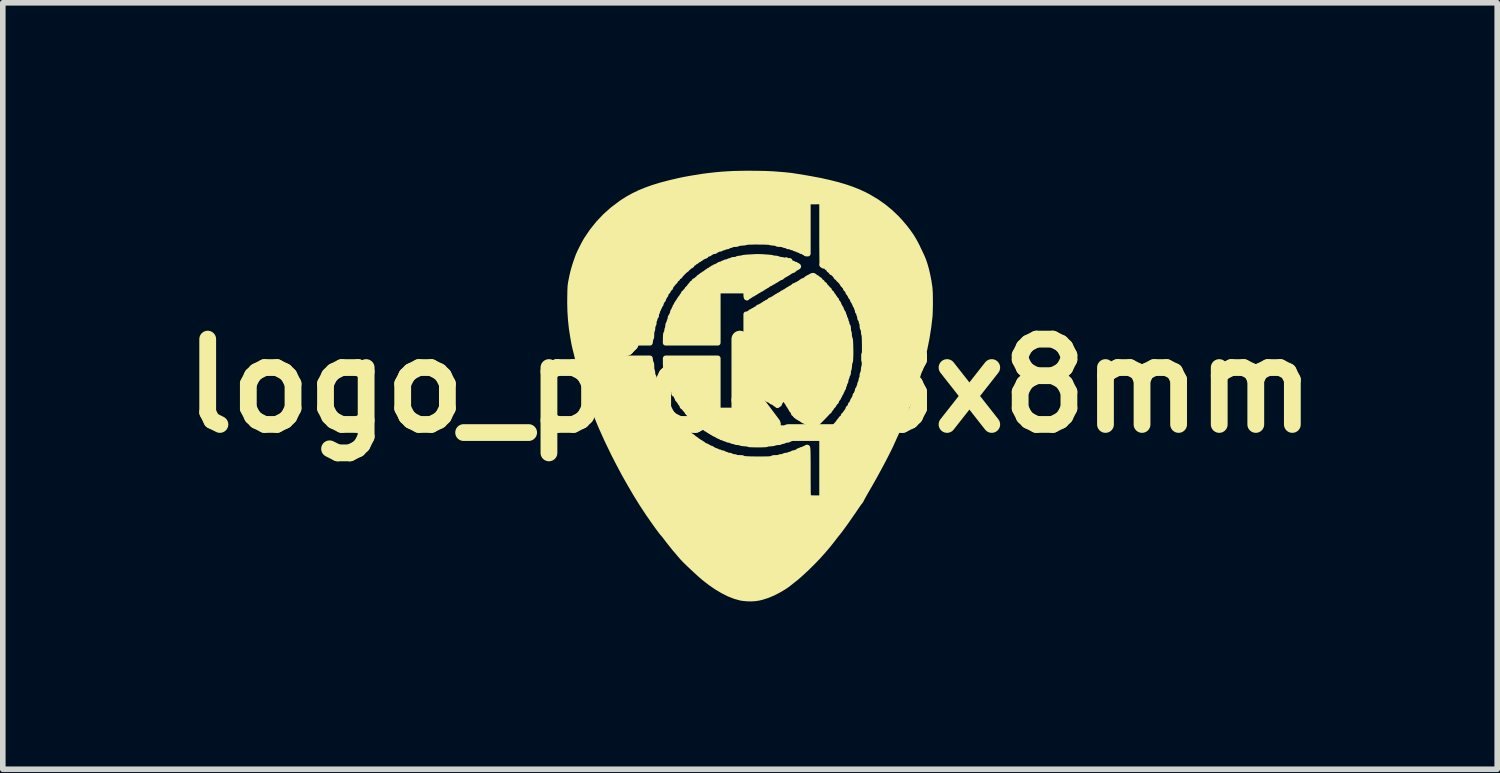
<source format=kicad_pcb>
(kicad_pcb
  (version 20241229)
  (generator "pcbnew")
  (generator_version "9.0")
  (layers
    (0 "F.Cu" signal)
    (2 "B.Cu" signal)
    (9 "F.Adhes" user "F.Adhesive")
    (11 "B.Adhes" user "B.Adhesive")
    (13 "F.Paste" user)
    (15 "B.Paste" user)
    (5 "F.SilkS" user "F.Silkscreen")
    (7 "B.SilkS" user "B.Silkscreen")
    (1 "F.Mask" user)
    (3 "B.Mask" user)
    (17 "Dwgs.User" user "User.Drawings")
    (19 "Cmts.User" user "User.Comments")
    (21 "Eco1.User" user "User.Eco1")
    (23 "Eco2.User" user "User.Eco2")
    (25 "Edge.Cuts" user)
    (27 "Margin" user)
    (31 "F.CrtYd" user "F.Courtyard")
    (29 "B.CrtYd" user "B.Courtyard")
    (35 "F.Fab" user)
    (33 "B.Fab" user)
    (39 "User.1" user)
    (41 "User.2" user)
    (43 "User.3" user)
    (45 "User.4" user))
  (footprint "logo_pick_8x8mm"
    (layer "F.Cu")
    (at 10.349 3.843)
    (property "Reference" "logo_pick_8x8mm" (at 0 0 0) (layer "F.SilkS") (effects (font (size 1.524 1.524) (thickness 0.3))))
    (attr through_hole)
    (fp_poly (pts (xy -1.473 0.411) (xy -1.477 0.415) (xy -1.482 0.411) (xy -1.477 0.406) (xy -1.473 0.411)) (stroke (width 0.1) (type solid)) (fill yes) (layer "F.SilkS"))
    (fp_poly (pts (xy -1.397 0.504) (xy -1.401 0.508) (xy -1.405 0.504) (xy -1.401 0.5) (xy -1.397 0.504)) (stroke (width 0.1) (type solid)) (fill yes) (layer "F.SilkS"))
    (fp_poly (pts (xy -1.355 0.563) (xy -1.359 0.567) (xy -1.363 0.563) (xy -1.359 0.559) (xy -1.355 0.563)) (stroke (width 0.1) (type solid)) (fill yes) (layer "F.SilkS"))
    (fp_poly (pts (xy 1.295 -2.163) (xy 1.291 -2.159) (xy 1.287 -2.163) (xy 1.291 -2.167) (xy 1.295 -2.163)) (stroke (width 0.1) (type solid)) (fill yes) (layer "F.SilkS"))
    (fp_poly (pts (xy -1.61 0.131) (xy -1.611 0.133) (xy -1.617 0.131) (xy -1.617 0.127) (xy -1.614 0.12) (xy -1.611 0.121) (xy -1.61 0.131)) (stroke (width 0.1) (type solid)) (fill yes) (layer "F.SilkS"))
    (fp_poly (pts (xy -1.552 0.248) (xy -1.553 0.253) (xy -1.558 0.254) (xy -1.565 0.251) (xy -1.564 0.248) (xy -1.553 0.247) (xy -1.552 0.248)) (stroke (width 0.1) (type solid)) (fill yes) (layer "F.SilkS"))
    (fp_poly (pts (xy -1.526 0.301) (xy -1.527 0.302) (xy -1.532 0.301) (xy -1.532 0.296) (xy -1.529 0.289) (xy -1.527 0.291) (xy -1.526 0.301)) (stroke (width 0.1) (type solid)) (fill yes) (layer "F.SilkS"))
    (fp_poly (pts (xy -1.383 0.528) (xy -1.384 0.533) (xy -1.389 0.533) (xy -1.396 0.53) (xy -1.394 0.528) (xy -1.384 0.527) (xy -1.383 0.528)) (stroke (width 0.1) (type solid)) (fill yes) (layer "F.SilkS"))
    (fp_poly (pts (xy 0.708 -2.232) (xy 0.707 -2.227) (xy 0.703 -2.227) (xy 0.696 -2.23) (xy 0.697 -2.232) (xy 0.707 -2.233) (xy 0.708 -2.232)) (stroke (width 0.1) (type solid)) (fill yes) (layer "F.SilkS"))
    (fp_poly (pts (xy -1.637 0.064) (xy -1.638 0.068) (xy -1.646 0.076) (xy -1.647 0.076) (xy -1.651 0.07) (xy -1.651 0.068) (xy -1.644 0.06) (xy -1.642 0.059) (xy -1.637 0.064)) (stroke (width 0.1) (type solid)) (fill yes) (layer "F.SilkS"))
    (fp_poly (pts (xy -1.422 0.47) (xy -1.429 0.474) (xy -1.431 0.474) (xy -1.439 0.468) (xy -1.439 0.465) (xy -1.434 0.46) (xy -1.431 0.461) (xy -1.423 0.469) (xy -1.422 0.47)) (stroke (width 0.1) (type solid)) (fill yes) (layer "F.SilkS"))
    (fp_poly (pts (xy 0.864 0.872) (xy 0.857 0.88) (xy 0.851 0.881) (xy 0.84 0.885) (xy 0.838 0.889) (xy 0.831 0.897) (xy 0.817 0.902) (xy 0.801 0.909) (xy 0.796 0.915) (xy 0.788 0.92) (xy 0.77 0.923) (xy 0.767 0.923) (xy 0.744 0.927) (xy 0.734 0.936) (xy 0.722 0.946) (xy 0.711 0.948) (xy 0.698 0.952) (xy 0.694 0.957) (xy 0.687 0.962) (xy 0.668 0.965) (xy 0.661 0.965) (xy 0.637 0.968) (xy 0.619 0.974) (xy 0.617 0.976) (xy 0.601 0.984) (xy 0.578 0.989) (xy 0.576 0.989) (xy 0.555 0.993) (xy 0.544 0.999) (xy 0.543 1) (xy 0.534 1.005) (xy 0.514 1.007) (xy 0.504 1.008) (xy 0.473 1.01) (xy 0.444 1.017) (xy 0.439 1.019) (xy 0.415 1.026) (xy 0.382 1.03) (xy 0.356 1.032) (xy 0.327 1.034) (xy 0.306 1.038) (xy 0.298 1.042) (xy 0.289 1.045) (xy 0.265 1.047) (xy 0.23 1.048) (xy 0.184 1.05) (xy 0.134 1.05) (xy 0.084 1.049) (xy 0.04 1.048) (xy 0.007 1.047) (xy -0.015 1.045) (xy -0.022 1.043) (xy -0.022 1.042) (xy -0.027 1.039) (xy -0.046 1.035) (xy -0.075 1.032) (xy -0.089 1.031) (xy -0.123 1.028) (xy -0.151 1.024) (xy -0.169 1.019) (xy -0.171 1.018) (xy -0.185 1.012) (xy -0.209 1.008) (xy -0.222 1.008) (xy -0.245 1.006) (xy -0.26 1.002) (xy -0.262 0.999) (xy -0.27 0.993) (xy -0.288 0.991) (xy -0.29 0.991) (xy -0.315 0.987) (xy -0.335 0.978) (xy -0.355 0.969) (xy -0.379 0.965) (xy -0.398 0.963) (xy -0.406 0.957) (xy -0.406 0.957) (xy -0.414 0.95) (xy -0.426 0.948) (xy -0.449 0.943) (xy -0.462 0.936) (xy -0.483 0.926) (xy -0.497 0.923) (xy -0.512 0.92) (xy -0.516 0.914) (xy -0.523 0.907) (xy -0.528 0.906) (xy -0.544 0.902) (xy -0.565 0.893) (xy -0.585 0.882) (xy -0.598 0.872) (xy -0.6 0.87) (xy -0.609 0.865) (xy -0.618 0.864) (xy -0.636 0.857) (xy -0.643 0.851) (xy -0.658 0.84) (xy -0.666 0.838) (xy -0.676 0.834) (xy -0.677 0.831) (xy -0.685 0.823) (xy -0.699 0.818) (xy -0.714 0.811) (xy -0.72 0.804) (xy -0.727 0.797) (xy -0.732 0.796) (xy -0.744 0.792) (xy -0.745 0.788) (xy -0.752 0.781) (xy -0.766 0.775) (xy -0.782 0.769) (xy -0.787 0.762) (xy -0.794 0.754) (xy -0.796 0.754) (xy -0.81 0.748) (xy -0.817 0.743) (xy -0.84 0.724) (xy -0.854 0.714) (xy -0.863 0.711) (xy -0.863 0.711) (xy -0.872 0.706) (xy -0.872 0.705) (xy -0.879 0.696) (xy -0.895 0.685) (xy -0.898 0.682) (xy -0.917 0.669) (xy -0.942 0.647) (xy -0.969 0.622) (xy -0.974 0.617) (xy -0.998 0.594) (xy -1.018 0.577) (xy -1.03 0.568) (xy -1.032 0.567) (xy -1.041 0.561) (xy -1.041 0.558) (xy -1.047 0.548) (xy -1.062 0.53) (xy -1.083 0.508) (xy -1.084 0.507) (xy -1.105 0.485) (xy -1.12 0.467) (xy -1.126 0.456) (xy -1.126 0.456) (xy -1.132 0.444) (xy -1.146 0.428) (xy -1.147 0.427) (xy -1.162 0.412) (xy -1.168 0.403) (xy -1.168 0.402) (xy -1.175 0.391) (xy -1.188 0.379) (xy -1.201 0.373) (xy -1.202 0.373) (xy -1.209 0.365) (xy -1.211 0.354) (xy -1.217 0.336) (xy -1.231 0.318) (xy -1.232 0.317) (xy -1.246 0.3) (xy -1.253 0.285) (xy -1.253 0.284) (xy -1.258 0.273) (xy -1.262 0.271) (xy -1.269 0.264) (xy -1.27 0.258) (xy -1.277 0.247) (xy -1.283 0.246) (xy -1.293 0.238) (xy -1.295 0.224) (xy -1.298 0.208) (xy -1.304 0.203) (xy -1.311 0.196) (xy -1.312 0.186) (xy -1.318 0.17) (xy -1.325 0.164) (xy -1.335 0.153) (xy -1.338 0.139) (xy -1.341 0.123) (xy -1.346 0.119) (xy -1.351 0.125) (xy -1.349 0.131) (xy -1.349 0.142) (xy -1.353 0.144) (xy -1.358 0.136) (xy -1.359 0.117) (xy -1.358 0.114) (xy -1.358 0.091) (xy -1.366 0.08) (xy -1.367 0.079) (xy -1.377 0.068) (xy -1.38 0.054) (xy -1.383 0.039) (xy -1.389 0.034) (xy -1.395 0.027) (xy -1.397 0.013) (xy -1.402 -0.008) (xy -1.41 -0.02) (xy -1.418 -0.037) (xy -1.422 -0.061) (xy -1.422 -0.063) (xy -1.424 -0.083) (xy -1.43 -0.093) (xy -1.431 -0.093) (xy -1.437 -0.1) (xy -1.439 -0.114) (xy -1.444 -0.135) (xy -1.452 -0.147) (xy -1.461 -0.165) (xy -1.465 -0.193) (xy -1.465 -0.198) (xy -1.466 -0.221) (xy -1.47 -0.235) (xy -1.472 -0.237) (xy -1.477 -0.245) (xy -1.482 -0.264) (xy -1.484 -0.281) (xy -1.488 -0.307) (xy -1.494 -0.324) (xy -1.498 -0.328) (xy -1.503 -0.339) (xy -1.506 -0.365) (xy -1.507 -0.406) (xy -1.507 -0.411) (xy -1.507 -0.491) (xy -1.041 -0.491) (xy -0.576 -0.491) (xy -0.576 -0.025) (xy -0.576 0.44) (xy -0.322 0.44) (xy -0.068 0.44) (xy -0.068 0.385) (xy -0.067 0.356) (xy -0.065 0.339) (xy -0.06 0.332) (xy -0.05 0.33) (xy -0.047 0.33) (xy -0.03 0.335) (xy -0.025 0.343) (xy -0.018 0.353) (xy -0.004 0.356) (xy 0.012 0.358) (xy 0.017 0.363) (xy 0.024 0.371) (xy 0.041 0.382) (xy 0.047 0.386) (xy 0.065 0.397) (xy 0.076 0.407) (xy 0.076 0.408) (xy 0.083 0.414) (xy 0.088 0.415) (xy 0.105 0.42) (xy 0.112 0.425) (xy 0.13 0.439) (xy 0.151 0.451) (xy 0.169 0.459) (xy 0.18 0.46) (xy 0.181 0.46) (xy 0.185 0.462) (xy 0.186 0.468) (xy 0.193 0.48) (xy 0.207 0.483) (xy 0.223 0.485) (xy 0.229 0.491) (xy 0.236 0.499) (xy 0.25 0.505) (xy 0.266 0.511) (xy 0.271 0.517) (xy 0.277 0.525) (xy 0.28 0.525) (xy 0.294 0.53) (xy 0.301 0.536) (xy 0.323 0.555) (xy 0.337 0.564) (xy 0.346 0.567) (xy 0.347 0.567) (xy 0.353 0.575) (xy 0.356 0.588) (xy 0.353 0.604) (xy 0.347 0.61) (xy 0.339 0.617) (xy 0.334 0.631) (xy 0.327 0.647) (xy 0.321 0.652) (xy 0.315 0.659) (xy 0.313 0.668) (xy 0.307 0.684) (xy 0.301 0.689) (xy 0.291 0.7) (xy 0.288 0.715) (xy 0.288 0.737) (xy 0.381 0.737) (xy 0.418 0.737) (xy 0.449 0.739) (xy 0.468 0.741) (xy 0.474 0.744) (xy 0.482 0.747) (xy 0.504 0.75) (xy 0.536 0.753) (xy 0.576 0.756) (xy 0.582 0.756) (xy 0.626 0.759) (xy 0.661 0.762) (xy 0.684 0.766) (xy 0.693 0.77) (xy 0.703 0.778) (xy 0.708 0.779) (xy 0.719 0.783) (xy 0.72 0.785) (xy 0.727 0.794) (xy 0.743 0.805) (xy 0.763 0.815) (xy 0.779 0.821) (xy 0.783 0.821) (xy 0.795 0.828) (xy 0.799 0.835) (xy 0.808 0.843) (xy 0.813 0.842) (xy 0.82 0.844) (xy 0.821 0.85) (xy 0.829 0.861) (xy 0.842 0.864) (xy 0.858 0.866) (xy 0.864 0.872)) (stroke (width 0.1) (type solid)) (fill yes) (layer "F.SilkS"))
    (fp_poly (pts (xy 0.862 -2.134) (xy 0.859 -2.127) (xy 0.852 -2.125) (xy 0.84 -2.121) (xy 0.838 -2.117) (xy 0.831 -2.11) (xy 0.822 -2.108) (xy 0.806 -2.102) (xy 0.801 -2.095) (xy 0.793 -2.086) (xy 0.787 -2.087) (xy 0.78 -2.085) (xy 0.779 -2.079) (xy 0.772 -2.068) (xy 0.758 -2.066) (xy 0.742 -2.063) (xy 0.737 -2.058) (xy 0.729 -2.05) (xy 0.715 -2.044) (xy 0.7 -2.037) (xy 0.694 -2.031) (xy 0.687 -2.024) (xy 0.682 -2.024) (xy 0.67 -2.019) (xy 0.669 -2.015) (xy 0.662 -2.007) (xy 0.648 -2.002) (xy 0.632 -1.995) (xy 0.627 -1.989) (xy 0.619 -1.983) (xy 0.611 -1.981) (xy 0.595 -1.975) (xy 0.59 -1.968) (xy 0.578 -1.957) (xy 0.571 -1.956) (xy 0.562 -1.952) (xy 0.563 -1.947) (xy 0.56 -1.941) (xy 0.547 -1.939) (xy 0.53 -1.936) (xy 0.525 -1.931) (xy 0.518 -1.923) (xy 0.504 -1.917) (xy 0.488 -1.91) (xy 0.483 -1.904) (xy 0.476 -1.897) (xy 0.47 -1.897) (xy 0.459 -1.892) (xy 0.457 -1.888) (xy 0.452 -1.883) (xy 0.449 -1.884) (xy 0.441 -1.883) (xy 0.44 -1.88) (xy 0.433 -1.872) (xy 0.428 -1.871) (xy 0.416 -1.867) (xy 0.415 -1.863) (xy 0.408 -1.856) (xy 0.398 -1.854) (xy 0.381 -1.849) (xy 0.376 -1.842) (xy 0.368 -1.833) (xy 0.364 -1.833) (xy 0.353 -1.831) (xy 0.344 -1.825) (xy 0.33 -1.814) (xy 0.322 -1.812) (xy 0.314 -1.806) (xy 0.313 -1.804) (xy 0.306 -1.796) (xy 0.292 -1.79) (xy 0.276 -1.784) (xy 0.271 -1.778) (xy 0.264 -1.771) (xy 0.25 -1.766) (xy 0.234 -1.759) (xy 0.229 -1.752) (xy 0.222 -1.745) (xy 0.216 -1.744) (xy 0.205 -1.74) (xy 0.203 -1.736) (xy 0.196 -1.729) (xy 0.186 -1.727) (xy 0.17 -1.722) (xy 0.164 -1.714) (xy 0.152 -1.704) (xy 0.143 -1.702) (xy 0.13 -1.698) (xy 0.127 -1.693) (xy 0.12 -1.686) (xy 0.114 -1.685) (xy 0.103 -1.68) (xy 0.102 -1.677) (xy 0.094 -1.669) (xy 0.08 -1.663) (xy 0.065 -1.656) (xy 0.059 -1.65) (xy 0.052 -1.644) (xy 0.042 -1.643) (xy 0.026 -1.637) (xy 0.02 -1.63) (xy 0.009 -1.619) (xy 0.003 -1.617) (xy -0.007 -1.612) (xy -0.008 -1.609) (xy -0.016 -1.602) (xy -0.026 -1.6) (xy -0.042 -1.595) (xy -0.048 -1.587) (xy -0.055 -1.575) (xy -0.061 -1.578) (xy -0.066 -1.596) (xy -0.068 -1.627) (xy -0.068 -1.638) (xy -0.068 -1.702) (xy -0.322 -1.702) (xy -0.576 -1.702) (xy -0.576 -1.236) (xy -0.576 -0.77) (xy -1.042 -0.77) (xy -1.508 -0.77) (xy -1.506 -0.855) (xy -1.505 -0.898) (xy -1.502 -0.926) (xy -1.497 -0.939) (xy -1.495 -0.94) (xy -1.488 -0.948) (xy -1.484 -0.969) (xy -1.483 -0.98) (xy -1.48 -1.004) (xy -1.475 -1.02) (xy -1.473 -1.023) (xy -1.468 -1.032) (xy -1.465 -1.053) (xy -1.465 -1.064) (xy -1.462 -1.093) (xy -1.454 -1.112) (xy -1.452 -1.115) (xy -1.442 -1.133) (xy -1.439 -1.148) (xy -1.436 -1.163) (xy -1.431 -1.168) (xy -1.426 -1.176) (xy -1.423 -1.195) (xy -1.422 -1.202) (xy -1.42 -1.226) (xy -1.413 -1.236) (xy -1.41 -1.236) (xy -1.399 -1.243) (xy -1.397 -1.257) (xy -1.394 -1.273) (xy -1.389 -1.278) (xy -1.383 -1.286) (xy -1.38 -1.304) (xy -1.38 -1.307) (xy -1.376 -1.33) (xy -1.367 -1.341) (xy -1.357 -1.352) (xy -1.355 -1.363) (xy -1.351 -1.377) (xy -1.346 -1.38) (xy -1.34 -1.387) (xy -1.338 -1.4) (xy -1.333 -1.418) (xy -1.325 -1.425) (xy -1.315 -1.437) (xy -1.312 -1.448) (xy -1.309 -1.461) (xy -1.304 -1.465) (xy -1.296 -1.472) (xy -1.295 -1.477) (xy -1.291 -1.489) (xy -1.287 -1.49) (xy -1.279 -1.497) (xy -1.273 -1.511) (xy -1.267 -1.527) (xy -1.261 -1.532) (xy -1.253 -1.539) (xy -1.253 -1.542) (xy -1.248 -1.555) (xy -1.242 -1.562) (xy -1.223 -1.585) (xy -1.213 -1.599) (xy -1.211 -1.607) (xy -1.204 -1.617) (xy -1.198 -1.62) (xy -1.188 -1.632) (xy -1.185 -1.643) (xy -1.182 -1.655) (xy -1.177 -1.655) (xy -1.169 -1.656) (xy -1.168 -1.659) (xy -1.163 -1.671) (xy -1.149 -1.687) (xy -1.147 -1.688) (xy -1.133 -1.703) (xy -1.126 -1.713) (xy -1.126 -1.713) (xy -1.121 -1.725) (xy -1.109 -1.738) (xy -1.097 -1.747) (xy -1.091 -1.747) (xy -1.085 -1.751) (xy -1.084 -1.759) (xy -1.077 -1.776) (xy -1.063 -1.792) (xy -1.048 -1.806) (xy -1.041 -1.818) (xy -1.041 -1.818) (xy -1.036 -1.828) (xy -1.032 -1.829) (xy -1.018 -1.835) (xy -1.004 -1.849) (xy -0.999 -1.862) (xy -0.993 -1.871) (xy -0.99 -1.871) (xy -0.976 -1.876) (xy -0.969 -1.882) (xy -0.947 -1.901) (xy -0.933 -1.911) (xy -0.924 -1.913) (xy -0.923 -1.913) (xy -0.915 -1.92) (xy -0.914 -1.926) (xy -0.91 -1.937) (xy -0.906 -1.939) (xy -0.894 -1.944) (xy -0.878 -1.958) (xy -0.876 -1.96) (xy -0.858 -1.974) (xy -0.843 -1.981) (xy -0.842 -1.981) (xy -0.831 -1.986) (xy -0.83 -1.99) (xy -0.823 -1.998) (xy -0.821 -1.998) (xy -0.807 -2.003) (xy -0.8 -2.009) (xy -0.778 -2.028) (xy -0.764 -2.038) (xy -0.754 -2.04) (xy -0.754 -2.04) (xy -0.745 -2.047) (xy -0.745 -2.049) (xy -0.738 -2.057) (xy -0.724 -2.062) (xy -0.708 -2.069) (xy -0.703 -2.075) (xy -0.696 -2.082) (xy -0.69 -2.083) (xy -0.679 -2.087) (xy -0.677 -2.091) (xy -0.67 -2.099) (xy -0.656 -2.105) (xy -0.64 -2.111) (xy -0.635 -2.118) (xy -0.628 -2.123) (xy -0.614 -2.125) (xy -0.598 -2.128) (xy -0.593 -2.133) (xy -0.585 -2.141) (xy -0.572 -2.147) (xy -0.556 -2.154) (xy -0.55 -2.16) (xy -0.543 -2.166) (xy -0.53 -2.167) (xy -0.508 -2.173) (xy -0.497 -2.18) (xy -0.478 -2.191) (xy -0.466 -2.193) (xy -0.452 -2.196) (xy -0.449 -2.201) (xy -0.441 -2.207) (xy -0.423 -2.21) (xy -0.419 -2.21) (xy -0.4 -2.212) (xy -0.39 -2.217) (xy -0.389 -2.218) (xy -0.382 -2.225) (xy -0.363 -2.231) (xy -0.356 -2.232) (xy -0.334 -2.237) (xy -0.323 -2.243) (xy -0.322 -2.245) (xy -0.314 -2.249) (xy -0.295 -2.252) (xy -0.28 -2.252) (xy -0.254 -2.254) (xy -0.238 -2.259) (xy -0.235 -2.262) (xy -0.226 -2.268) (xy -0.204 -2.273) (xy -0.179 -2.276) (xy -0.152 -2.279) (xy -0.133 -2.282) (xy -0.127 -2.286) (xy -0.119 -2.288) (xy -0.097 -2.291) (xy -0.064 -2.294) (xy -0.024 -2.297) (xy 0.022 -2.299) (xy 0.069 -2.302) (xy 0.116 -2.304) (xy 0.135 -2.304) (xy 0.161 -2.304) (xy 0.195 -2.303) (xy 0.235 -2.301) (xy 0.277 -2.298) (xy 0.317 -2.295) (xy 0.352 -2.292) (xy 0.38 -2.289) (xy 0.395 -2.286) (xy 0.398 -2.285) (xy 0.406 -2.281) (xy 0.425 -2.278) (xy 0.438 -2.277) (xy 0.468 -2.275) (xy 0.495 -2.268) (xy 0.503 -2.265) (xy 0.528 -2.256) (xy 0.557 -2.252) (xy 0.559 -2.252) (xy 0.581 -2.25) (xy 0.593 -2.244) (xy 0.595 -2.242) (xy 0.601 -2.237) (xy 0.618 -2.24) (xy 0.625 -2.242) (xy 0.645 -2.247) (xy 0.652 -2.243) (xy 0.659 -2.227) (xy 0.677 -2.214) (xy 0.698 -2.21) (xy 0.714 -2.207) (xy 0.72 -2.202) (xy 0.727 -2.196) (xy 0.745 -2.19) (xy 0.749 -2.189) (xy 0.769 -2.184) (xy 0.779 -2.177) (xy 0.779 -2.176) (xy 0.786 -2.169) (xy 0.8 -2.167) (xy 0.816 -2.165) (xy 0.821 -2.16) (xy 0.828 -2.152) (xy 0.84 -2.149) (xy 0.855 -2.143) (xy 0.862 -2.134)) (stroke (width 0.1) (type solid)) (fill yes) (layer "F.SilkS"))
    (fp_poly (pts (xy 1.796 -0.625) (xy 1.796 -0.575) (xy 1.795 -0.528) (xy 1.793 -0.487) (xy 1.791 -0.455) (xy 1.788 -0.435) (xy 1.786 -0.43) (xy 1.781 -0.421) (xy 1.776 -0.399) (xy 1.773 -0.368) (xy 1.772 -0.357) (xy 1.769 -0.326) (xy 1.765 -0.301) (xy 1.761 -0.289) (xy 1.76 -0.288) (xy 1.756 -0.28) (xy 1.753 -0.261) (xy 1.753 -0.246) (xy 1.751 -0.221) (xy 1.747 -0.206) (xy 1.744 -0.203) (xy 1.738 -0.196) (xy 1.732 -0.177) (xy 1.73 -0.169) (xy 1.725 -0.148) (xy 1.719 -0.136) (xy 1.718 -0.135) (xy 1.713 -0.128) (xy 1.71 -0.11) (xy 1.71 -0.105) (xy 1.707 -0.081) (xy 1.699 -0.063) (xy 1.698 -0.062) (xy 1.687 -0.044) (xy 1.685 -0.029) (xy 1.682 -0.013) (xy 1.676 -0.008) (xy 1.671 -0.001) (xy 1.668 0.017) (xy 1.668 0.02) (xy 1.664 0.043) (xy 1.655 0.054) (xy 1.645 0.065) (xy 1.643 0.076) (xy 1.639 0.09) (xy 1.634 0.093) (xy 1.628 0.1) (xy 1.626 0.113) (xy 1.621 0.131) (xy 1.613 0.139) (xy 1.602 0.15) (xy 1.6 0.161) (xy 1.597 0.175) (xy 1.592 0.178) (xy 1.585 0.185) (xy 1.583 0.195) (xy 1.577 0.213) (xy 1.563 0.231) (xy 1.562 0.232) (xy 1.547 0.251) (xy 1.541 0.269) (xy 1.541 0.27) (xy 1.536 0.284) (xy 1.528 0.288) (xy 1.517 0.295) (xy 1.516 0.301) (xy 1.511 0.312) (xy 1.507 0.313) (xy 1.5 0.32) (xy 1.499 0.326) (xy 1.493 0.341) (xy 1.479 0.358) (xy 1.477 0.359) (xy 1.463 0.374) (xy 1.456 0.384) (xy 1.456 0.385) (xy 1.451 0.395) (xy 1.446 0.402) (xy 1.426 0.425) (xy 1.417 0.439) (xy 1.414 0.448) (xy 1.414 0.448) (xy 1.407 0.456) (xy 1.401 0.457) (xy 1.39 0.462) (xy 1.389 0.466) (xy 1.383 0.474) (xy 1.368 0.491) (xy 1.345 0.516) (xy 1.318 0.544) (xy 1.288 0.575) (xy 1.258 0.605) (xy 1.231 0.632) (xy 1.209 0.653) (xy 1.194 0.666) (xy 1.189 0.669) (xy 1.178 0.675) (xy 1.166 0.689) (xy 1.16 0.704) (xy 1.16 0.704) (xy 1.158 0.71) (xy 1.151 0.703) (xy 1.145 0.696) (xy 1.143 0.701) (xy 1.136 0.709) (xy 1.122 0.711) (xy 1.106 0.709) (xy 1.101 0.704) (xy 1.093 0.696) (xy 1.079 0.691) (xy 1.064 0.684) (xy 1.058 0.677) (xy 1.051 0.67) (xy 1.046 0.669) (xy 1.034 0.665) (xy 1.033 0.661) (xy 1.026 0.654) (xy 1.012 0.648) (xy 0.996 0.642) (xy 0.991 0.635) (xy 0.983 0.628) (xy 0.973 0.627) (xy 0.956 0.621) (xy 0.936 0.607) (xy 0.933 0.605) (xy 0.915 0.591) (xy 0.901 0.584) (xy 0.9 0.584) (xy 0.89 0.579) (xy 0.889 0.577) (xy 0.882 0.569) (xy 0.868 0.564) (xy 0.852 0.557) (xy 0.847 0.55) (xy 0.84 0.542) (xy 0.838 0.542) (xy 0.823 0.535) (xy 0.81 0.521) (xy 0.804 0.509) (xy 0.797 0.501) (xy 0.792 0.5) (xy 0.781 0.492) (xy 0.779 0.481) (xy 0.773 0.463) (xy 0.759 0.445) (xy 0.758 0.444) (xy 0.743 0.427) (xy 0.737 0.412) (xy 0.737 0.411) (xy 0.733 0.4) (xy 0.729 0.398) (xy 0.722 0.391) (xy 0.716 0.377) (xy 0.709 0.361) (xy 0.703 0.356) (xy 0.695 0.349) (xy 0.694 0.343) (xy 0.69 0.332) (xy 0.687 0.33) (xy 0.679 0.323) (xy 0.674 0.309) (xy 0.667 0.293) (xy 0.66 0.288) (xy 0.653 0.281) (xy 0.652 0.275) (xy 0.647 0.264) (xy 0.643 0.262) (xy 0.637 0.255) (xy 0.635 0.246) (xy 0.63 0.232) (xy 0.622 0.229) (xy 0.611 0.222) (xy 0.61 0.216) (xy 0.605 0.205) (xy 0.601 0.203) (xy 0.585 0.21) (xy 0.572 0.226) (xy 0.567 0.241) (xy 0.561 0.256) (xy 0.547 0.273) (xy 0.546 0.274) (xy 0.531 0.293) (xy 0.525 0.311) (xy 0.525 0.312) (xy 0.52 0.326) (xy 0.513 0.33) (xy 0.499 0.337) (xy 0.496 0.341) (xy 0.49 0.347) (xy 0.486 0.341) (xy 0.476 0.331) (xy 0.473 0.33) (xy 0.46 0.325) (xy 0.453 0.32) (xy 0.431 0.301) (xy 0.416 0.291) (xy 0.405 0.288) (xy 0.402 0.288) (xy 0.387 0.282) (xy 0.37 0.268) (xy 0.369 0.267) (xy 0.35 0.252) (xy 0.332 0.246) (xy 0.331 0.246) (xy 0.317 0.242) (xy 0.313 0.237) (xy 0.306 0.229) (xy 0.292 0.224) (xy 0.276 0.217) (xy 0.271 0.211) (xy 0.264 0.203) (xy 0.262 0.203) (xy 0.248 0.198) (xy 0.241 0.193) (xy 0.219 0.174) (xy 0.205 0.164) (xy 0.193 0.161) (xy 0.19 0.161) (xy 0.176 0.155) (xy 0.159 0.141) (xy 0.157 0.14) (xy 0.139 0.125) (xy 0.12 0.119) (xy 0.12 0.119) (xy 0.105 0.115) (xy 0.102 0.11) (xy 0.094 0.102) (xy 0.08 0.097) (xy 0.065 0.09) (xy 0.059 0.084) (xy 0.053 0.076) (xy 0.05 0.076) (xy 0.041 0.074) (xy 0.028 0.064) (xy 0.006 0.045) (xy 0.005 0.044) (xy -0.012 0.035) (xy -0.021 0.034) (xy -0.036 0.028) (xy -0.051 0.017) (xy -0.054 0.013) (xy -0.057 0.009) (xy -0.059 0.002) (xy -0.061 -0.008) (xy -0.063 -0.022) (xy -0.064 -0.042) (xy -0.065 -0.069) (xy -0.066 -0.104) (xy -0.067 -0.148) (xy -0.067 -0.202) (xy -0.067 -0.268) (xy -0.068 -0.346) (xy -0.068 -0.438) (xy -0.068 -0.545) (xy -0.068 -0.639) (xy -0.068 -1.278) (xy -0.047 -1.278) (xy -0.031 -1.281) (xy -0.025 -1.287) (xy -0.018 -1.295) (xy -0.004 -1.3) (xy 0.01 -1.307) (xy 0.012 -1.313) (xy 0.015 -1.319) (xy 0.025 -1.321) (xy 0.039 -1.324) (xy 0.042 -1.329) (xy 0.05 -1.337) (xy 0.064 -1.343) (xy 0.079 -1.349) (xy 0.085 -1.354) (xy 0.092 -1.361) (xy 0.109 -1.37) (xy 0.114 -1.372) (xy 0.134 -1.382) (xy 0.144 -1.392) (xy 0.144 -1.394) (xy 0.151 -1.403) (xy 0.165 -1.405) (xy 0.181 -1.408) (xy 0.186 -1.414) (xy 0.193 -1.422) (xy 0.207 -1.427) (xy 0.223 -1.434) (xy 0.229 -1.44) (xy 0.235 -1.447) (xy 0.241 -1.448) (xy 0.253 -1.452) (xy 0.254 -1.456) (xy 0.261 -1.464) (xy 0.275 -1.47) (xy 0.291 -1.476) (xy 0.296 -1.483) (xy 0.303 -1.489) (xy 0.313 -1.49) (xy 0.327 -1.494) (xy 0.33 -1.499) (xy 0.337 -1.506) (xy 0.343 -1.507) (xy 0.354 -1.514) (xy 0.356 -1.52) (xy 0.363 -1.53) (xy 0.377 -1.532) (xy 0.393 -1.535) (xy 0.398 -1.541) (xy 0.405 -1.549) (xy 0.419 -1.554) (xy 0.435 -1.561) (xy 0.44 -1.567) (xy 0.447 -1.574) (xy 0.453 -1.575) (xy 0.464 -1.579) (xy 0.466 -1.583) (xy 0.473 -1.591) (xy 0.487 -1.597) (xy 0.503 -1.603) (xy 0.508 -1.61) (xy 0.515 -1.616) (xy 0.525 -1.617) (xy 0.539 -1.621) (xy 0.542 -1.626) (xy 0.549 -1.633) (xy 0.554 -1.634) (xy 0.567 -1.641) (xy 0.57 -1.647) (xy 0.582 -1.657) (xy 0.592 -1.659) (xy 0.606 -1.663) (xy 0.61 -1.668) (xy 0.617 -1.676) (xy 0.631 -1.681) (xy 0.647 -1.688) (xy 0.652 -1.694) (xy 0.659 -1.701) (xy 0.665 -1.702) (xy 0.676 -1.706) (xy 0.677 -1.71) (xy 0.685 -1.718) (xy 0.699 -1.724) (xy 0.714 -1.73) (xy 0.72 -1.737) (xy 0.727 -1.743) (xy 0.737 -1.744) (xy 0.75 -1.748) (xy 0.754 -1.753) (xy 0.76 -1.76) (xy 0.766 -1.761) (xy 0.777 -1.768) (xy 0.779 -1.774) (xy 0.786 -1.784) (xy 0.8 -1.786) (xy 0.816 -1.789) (xy 0.821 -1.795) (xy 0.828 -1.803) (xy 0.833 -1.803) (xy 0.849 -1.809) (xy 0.857 -1.815) (xy 0.875 -1.827) (xy 0.887 -1.832) (xy 0.902 -1.84) (xy 0.906 -1.846) (xy 0.913 -1.853) (xy 0.919 -1.854) (xy 0.93 -1.859) (xy 0.931 -1.863) (xy 0.938 -1.87) (xy 0.943 -1.871) (xy 0.958 -1.875) (xy 0.978 -1.884) (xy 0.996 -1.895) (xy 1.007 -1.905) (xy 1.007 -1.907) (xy 1.014 -1.913) (xy 1.02 -1.913) (xy 1.032 -1.918) (xy 1.033 -1.922) (xy 1.04 -1.93) (xy 1.045 -1.93) (xy 1.061 -1.936) (xy 1.068 -1.941) (xy 1.084 -1.952) (xy 1.104 -1.962) (xy 1.121 -1.968) (xy 1.134 -1.967) (xy 1.15 -1.956) (xy 1.167 -1.941) (xy 1.182 -1.932) (xy 1.188 -1.93) (xy 1.2 -1.924) (xy 1.214 -1.909) (xy 1.227 -1.896) (xy 1.237 -1.893) (xy 1.237 -1.893) (xy 1.244 -1.891) (xy 1.245 -1.888) (xy 1.251 -1.873) (xy 1.265 -1.859) (xy 1.278 -1.854) (xy 1.287 -1.848) (xy 1.287 -1.846) (xy 1.292 -1.833) (xy 1.303 -1.819) (xy 1.316 -1.809) (xy 1.322 -1.809) (xy 1.329 -1.806) (xy 1.329 -1.803) (xy 1.335 -1.791) (xy 1.35 -1.774) (xy 1.359 -1.765) (xy 1.376 -1.747) (xy 1.387 -1.732) (xy 1.389 -1.728) (xy 1.395 -1.72) (xy 1.401 -1.719) (xy 1.412 -1.712) (xy 1.414 -1.702) (xy 1.417 -1.688) (xy 1.422 -1.685) (xy 1.43 -1.678) (xy 1.431 -1.672) (xy 1.438 -1.661) (xy 1.444 -1.659) (xy 1.455 -1.655) (xy 1.456 -1.651) (xy 1.459 -1.641) (xy 1.468 -1.628) (xy 1.487 -1.606) (xy 1.488 -1.605) (xy 1.497 -1.59) (xy 1.499 -1.584) (xy 1.504 -1.575) (xy 1.506 -1.575) (xy 1.514 -1.568) (xy 1.519 -1.553) (xy 1.526 -1.539) (xy 1.533 -1.537) (xy 1.54 -1.535) (xy 1.541 -1.528) (xy 1.546 -1.51) (xy 1.552 -1.503) (xy 1.57 -1.481) (xy 1.58 -1.466) (xy 1.583 -1.453) (xy 1.583 -1.448) (xy 1.586 -1.434) (xy 1.591 -1.431) (xy 1.598 -1.424) (xy 1.604 -1.41) (xy 1.61 -1.394) (xy 1.617 -1.389) (xy 1.624 -1.381) (xy 1.626 -1.367) (xy 1.628 -1.351) (xy 1.633 -1.346) (xy 1.641 -1.339) (xy 1.646 -1.325) (xy 1.653 -1.309) (xy 1.66 -1.304) (xy 1.665 -1.297) (xy 1.668 -1.279) (xy 1.668 -1.278) (xy 1.67 -1.261) (xy 1.676 -1.253) (xy 1.676 -1.253) (xy 1.683 -1.246) (xy 1.685 -1.233) (xy 1.69 -1.211) (xy 1.698 -1.199) (xy 1.707 -1.182) (xy 1.71 -1.161) (xy 1.713 -1.142) (xy 1.718 -1.135) (xy 1.719 -1.135) (xy 1.724 -1.127) (xy 1.727 -1.108) (xy 1.727 -1.101) (xy 1.729 -1.077) (xy 1.736 -1.067) (xy 1.74 -1.067) (xy 1.747 -1.063) (xy 1.751 -1.049) (xy 1.753 -1.022) (xy 1.753 -1.017) (xy 1.754 -0.99) (xy 1.757 -0.97) (xy 1.761 -0.964) (xy 1.765 -0.955) (xy 1.769 -0.933) (xy 1.77 -0.907) (xy 1.773 -0.875) (xy 1.779 -0.851) (xy 1.784 -0.842) (xy 1.787 -0.831) (xy 1.79 -0.806) (xy 1.792 -0.77) (xy 1.794 -0.726) (xy 1.795 -0.677) (xy 1.796 -0.625)) (stroke (width 0.1) (type solid)) (fill yes) (layer "F.SilkS"))
    (fp_poly (pts (xy 3.217 -1.53) (xy 3.217 -1.46) (xy 3.216 -1.391) (xy 3.214 -1.326) (xy 3.212 -1.27) (xy 3.209 -1.232) (xy 3.187 -1.046) (xy 3.156 -0.85) (xy 3.115 -0.646) (xy 3.066 -0.439) (xy 3.009 -0.229) (xy 2.946 -0.021) (xy 2.876 0.182) (xy 2.86 0.224) (xy 2.824 0.32) (xy 2.786 0.418) (xy 2.748 0.516) (xy 2.71 0.609) (xy 2.674 0.696) (xy 2.641 0.773) (xy 2.612 0.837) (xy 2.612 0.838) (xy 2.591 0.884) (xy 2.57 0.929) (xy 2.553 0.969) (xy 2.539 0.998) (xy 2.535 1.008) (xy 2.515 1.053) (xy 2.487 1.111) (xy 2.453 1.179) (xy 2.414 1.256) (xy 2.371 1.339) (xy 2.325 1.425) (xy 2.277 1.514) (xy 2.229 1.602) (xy 2.181 1.688) (xy 2.135 1.769) (xy 2.11 1.812) (xy 2.08 1.864) (xy 2.064 1.891) (xy 2.064 -0.639) (xy 2.063 -0.641) (xy 2.058 -0.639) (xy 2.057 -0.635) (xy 2.06 -0.628) (xy 2.063 -0.629) (xy 2.064 -0.639) (xy 2.064 1.891) (xy 2.052 1.913) (xy 2.049 1.918) (xy 2.049 -0.631) (xy 2.049 -0.716) (xy 2.048 -0.787) (xy 2.047 -0.842) (xy 2.045 -0.883) (xy 2.043 -0.907) (xy 2.04 -0.914) (xy 2.036 -0.922) (xy 2.033 -0.942) (xy 2.032 -0.96) (xy 2.029 -0.995) (xy 2.021 -1.017) (xy 2.019 -1.019) (xy 2.01 -1.038) (xy 2.007 -1.072) (xy 2.007 -1.079) (xy 2.005 -1.105) (xy 2.002 -1.122) (xy 1.998 -1.126) (xy 1.993 -1.134) (xy 1.99 -1.152) (xy 1.99 -1.16) (xy 1.988 -1.183) (xy 1.981 -1.193) (xy 1.977 -1.194) (xy 1.968 -1.199) (xy 1.964 -1.218) (xy 1.964 -1.228) (xy 1.962 -1.249) (xy 1.958 -1.261) (xy 1.956 -1.262) (xy 1.95 -1.269) (xy 1.947 -1.287) (xy 1.947 -1.291) (xy 1.945 -1.313) (xy 1.936 -1.321) (xy 1.935 -1.321) (xy 1.925 -1.327) (xy 1.922 -1.348) (xy 1.922 -1.35) (xy 1.92 -1.37) (xy 1.915 -1.38) (xy 1.913 -1.38) (xy 1.907 -1.387) (xy 1.905 -1.401) (xy 1.901 -1.42) (xy 1.892 -1.428) (xy 1.882 -1.439) (xy 1.88 -1.453) (xy 1.877 -1.468) (xy 1.871 -1.473) (xy 1.864 -1.48) (xy 1.863 -1.49) (xy 1.857 -1.507) (xy 1.85 -1.512) (xy 1.839 -1.524) (xy 1.837 -1.534) (xy 1.835 -1.546) (xy 1.828 -1.56) (xy 1.813 -1.579) (xy 1.806 -1.587) (xy 1.796 -1.604) (xy 1.795 -1.612) (xy 1.791 -1.624) (xy 1.786 -1.626) (xy 1.78 -1.633) (xy 1.778 -1.643) (xy 1.773 -1.656) (xy 1.765 -1.659) (xy 1.755 -1.667) (xy 1.753 -1.681) (xy 1.75 -1.697) (xy 1.744 -1.702) (xy 1.737 -1.709) (xy 1.736 -1.714) (xy 1.729 -1.726) (xy 1.723 -1.727) (xy 1.713 -1.734) (xy 1.71 -1.745) (xy 1.704 -1.761) (xy 1.69 -1.781) (xy 1.681 -1.79) (xy 1.663 -1.808) (xy 1.653 -1.823) (xy 1.651 -1.827) (xy 1.645 -1.839) (xy 1.632 -1.855) (xy 1.63 -1.858) (xy 1.616 -1.874) (xy 1.609 -1.887) (xy 1.609 -1.888) (xy 1.602 -1.896) (xy 1.596 -1.897) (xy 1.585 -1.901) (xy 1.583 -1.906) (xy 1.577 -1.92) (xy 1.563 -1.934) (xy 1.55 -1.939) (xy 1.541 -1.945) (xy 1.541 -1.948) (xy 1.536 -1.961) (xy 1.53 -1.968) (xy 1.518 -1.982) (xy 1.501 -2.001) (xy 1.501 -2.001) (xy 1.484 -2.016) (xy 1.47 -2.023) (xy 1.469 -2.024) (xy 1.458 -2.028) (xy 1.456 -2.033) (xy 1.45 -2.047) (xy 1.436 -2.061) (xy 1.423 -2.066) (xy 1.414 -2.072) (xy 1.414 -2.075) (xy 1.408 -2.088) (xy 1.396 -2.101) (xy 1.384 -2.108) (xy 1.384 -2.108) (xy 1.375 -2.114) (xy 1.362 -2.129) (xy 1.361 -2.13) (xy 1.344 -2.145) (xy 1.326 -2.146) (xy 1.326 -2.146) (xy 1.315 -2.144) (xy 1.319 -2.148) (xy 1.32 -2.149) (xy 1.326 -2.157) (xy 1.32 -2.168) (xy 1.314 -2.174) (xy 1.3 -2.185) (xy 1.292 -2.187) (xy 1.291 -2.194) (xy 1.29 -2.217) (xy 1.289 -2.254) (xy 1.289 -2.304) (xy 1.288 -2.365) (xy 1.288 -2.436) (xy 1.287 -2.516) (xy 1.287 -2.604) (xy 1.287 -2.697) (xy 1.287 -2.738) (xy 1.287 -3.294) (xy 1.16 -3.293) (xy 1.033 -3.292) (xy 1.033 -2.827) (xy 1.033 -2.362) (xy 1.012 -2.362) (xy 0.996 -2.365) (xy 0.991 -2.371) (xy 0.983 -2.379) (xy 0.969 -2.384) (xy 0.954 -2.391) (xy 0.948 -2.397) (xy 0.941 -2.403) (xy 0.927 -2.405) (xy 0.911 -2.407) (xy 0.906 -2.413) (xy 0.899 -2.419) (xy 0.88 -2.425) (xy 0.876 -2.426) (xy 0.857 -2.432) (xy 0.847 -2.438) (xy 0.847 -2.439) (xy 0.839 -2.445) (xy 0.825 -2.447) (xy 0.803 -2.452) (xy 0.79 -2.46) (xy 0.772 -2.47) (xy 0.757 -2.472) (xy 0.742 -2.475) (xy 0.737 -2.481) (xy 0.729 -2.486) (xy 0.71 -2.489) (xy 0.703 -2.489) (xy 0.682 -2.491) (xy 0.67 -2.495) (xy 0.669 -2.497) (xy 0.661 -2.503) (xy 0.642 -2.509) (xy 0.631 -2.511) (xy 0.607 -2.516) (xy 0.591 -2.522) (xy 0.588 -2.524) (xy 0.578 -2.528) (xy 0.556 -2.531) (xy 0.534 -2.532) (xy 0.503 -2.533) (xy 0.484 -2.538) (xy 0.481 -2.542) (xy 0.471 -2.548) (xy 0.447 -2.552) (xy 0.419 -2.555) (xy 0.388 -2.558) (xy 0.364 -2.562) (xy 0.352 -2.566) (xy 0.352 -2.566) (xy 0.341 -2.569) (xy 0.317 -2.57) (xy 0.282 -2.572) (xy 0.239 -2.573) (xy 0.191 -2.573) (xy 0.139 -2.574) (xy 0.088 -2.574) (xy 0.04 -2.573) (xy -0.002 -2.572) (xy -0.036 -2.571) (xy -0.059 -2.569) (xy -0.068 -2.567) (xy -0.068 -2.567) (xy -0.076 -2.563) (xy -0.096 -2.559) (xy -0.127 -2.556) (xy -0.142 -2.555) (xy -0.176 -2.552) (xy -0.203 -2.547) (xy -0.217 -2.542) (xy -0.218 -2.541) (xy -0.228 -2.536) (xy -0.25 -2.532) (xy -0.272 -2.532) (xy -0.298 -2.53) (xy -0.316 -2.527) (xy -0.322 -2.524) (xy -0.329 -2.518) (xy -0.348 -2.513) (xy -0.356 -2.511) (xy -0.377 -2.506) (xy -0.389 -2.5) (xy -0.389 -2.498) (xy -0.397 -2.492) (xy -0.415 -2.489) (xy -0.419 -2.489) (xy -0.439 -2.487) (xy -0.448 -2.483) (xy -0.449 -2.482) (xy -0.456 -2.476) (xy -0.475 -2.47) (xy -0.483 -2.469) (xy -0.504 -2.464) (xy -0.516 -2.457) (xy -0.516 -2.455) (xy -0.524 -2.45) (xy -0.542 -2.447) (xy -0.545 -2.447) (xy -0.566 -2.445) (xy -0.577 -2.439) (xy -0.577 -2.438) (xy -0.587 -2.43) (xy -0.599 -2.428) (xy -0.614 -2.422) (xy -0.618 -2.415) (xy -0.626 -2.407) (xy -0.647 -2.405) (xy -0.648 -2.405) (xy -0.667 -2.403) (xy -0.677 -2.398) (xy -0.677 -2.397) (xy -0.685 -2.39) (xy -0.699 -2.384) (xy -0.714 -2.377) (xy -0.72 -2.371) (xy -0.726 -2.363) (xy -0.731 -2.362) (xy -0.749 -2.358) (xy -0.769 -2.349) (xy -0.784 -2.337) (xy -0.787 -2.33) (xy -0.795 -2.322) (xy -0.809 -2.32) (xy -0.824 -2.317) (xy -0.83 -2.312) (xy -0.837 -2.305) (xy -0.851 -2.299) (xy -0.867 -2.293) (xy -0.872 -2.286) (xy -0.879 -2.278) (xy -0.885 -2.278) (xy -0.896 -2.273) (xy -0.897 -2.27) (xy -0.905 -2.261) (xy -0.917 -2.256) (xy -0.938 -2.245) (xy -0.948 -2.235) (xy -0.967 -2.221) (xy -0.98 -2.215) (xy -0.995 -2.207) (xy -0.999 -2.201) (xy -1.006 -2.193) (xy -1.008 -2.193) (xy -1.023 -2.186) (xy -1.036 -2.172) (xy -1.041 -2.16) (xy -1.048 -2.151) (xy -1.05 -2.151) (xy -1.059 -2.148) (xy -1.073 -2.139) (xy -1.095 -2.12) (xy -1.096 -2.119) (xy -1.111 -2.11) (xy -1.117 -2.108) (xy -1.125 -2.101) (xy -1.126 -2.095) (xy -1.131 -2.084) (xy -1.134 -2.083) (xy -1.144 -2.077) (xy -1.162 -2.062) (xy -1.185 -2.041) (xy -1.208 -2.018) (xy -1.23 -1.995) (xy -1.246 -1.976) (xy -1.253 -1.965) (xy -1.253 -1.964) (xy -1.258 -1.958) (xy -1.26 -1.959) (xy -1.27 -1.957) (xy -1.282 -1.945) (xy -1.293 -1.931) (xy -1.295 -1.922) (xy -1.302 -1.914) (xy -1.304 -1.913) (xy -1.32 -1.907) (xy -1.333 -1.891) (xy -1.338 -1.875) (xy -1.341 -1.866) (xy -1.346 -1.867) (xy -1.354 -1.864) (xy -1.359 -1.854) (xy -1.366 -1.841) (xy -1.372 -1.837) (xy -1.38 -1.831) (xy -1.38 -1.828) (xy -1.386 -1.817) (xy -1.4 -1.801) (xy -1.401 -1.8) (xy -1.416 -1.781) (xy -1.422 -1.763) (xy -1.422 -1.762) (xy -1.427 -1.748) (xy -1.435 -1.744) (xy -1.446 -1.737) (xy -1.448 -1.731) (xy -1.452 -1.722) (xy -1.456 -1.723) (xy -1.463 -1.72) (xy -1.465 -1.707) (xy -1.468 -1.69) (xy -1.475 -1.685) (xy -1.486 -1.678) (xy -1.497 -1.661) (xy -1.505 -1.641) (xy -1.507 -1.628) (xy -1.512 -1.618) (xy -1.515 -1.617) (xy -1.523 -1.61) (xy -1.529 -1.596) (xy -1.536 -1.58) (xy -1.542 -1.575) (xy -1.548 -1.568) (xy -1.549 -1.554) (xy -1.554 -1.537) (xy -1.562 -1.532) (xy -1.572 -1.525) (xy -1.575 -1.516) (xy -1.578 -1.502) (xy -1.583 -1.499) (xy -1.589 -1.491) (xy -1.592 -1.474) (xy -1.592 -1.473) (xy -1.596 -1.453) (xy -1.604 -1.448) (xy -1.615 -1.44) (xy -1.617 -1.427) (xy -1.62 -1.411) (xy -1.626 -1.405) (xy -1.632 -1.398) (xy -1.634 -1.388) (xy -1.64 -1.367) (xy -1.647 -1.358) (xy -1.657 -1.339) (xy -1.659 -1.324) (xy -1.662 -1.309) (xy -1.668 -1.304) (xy -1.673 -1.296) (xy -1.676 -1.278) (xy -1.676 -1.27) (xy -1.678 -1.246) (xy -1.685 -1.237) (xy -1.689 -1.236) (xy -1.698 -1.23) (xy -1.702 -1.209) (xy -1.702 -1.206) (xy -1.704 -1.187) (xy -1.709 -1.177) (xy -1.71 -1.177) (xy -1.715 -1.169) (xy -1.718 -1.15) (xy -1.719 -1.135) (xy -1.721 -1.109) (xy -1.726 -1.093) (xy -1.729 -1.09) (xy -1.735 -1.081) (xy -1.74 -1.059) (xy -1.742 -1.035) (xy -1.745 -1.007) (xy -1.75 -0.988) (xy -1.754 -0.982) (xy -1.757 -0.974) (xy -1.76 -0.954) (xy -1.761 -0.925) (xy -1.761 -0.919) (xy -1.762 -0.888) (xy -1.764 -0.866) (xy -1.768 -0.855) (xy -1.769 -0.855) (xy -1.774 -0.848) (xy -1.78 -0.828) (xy -1.782 -0.813) (xy -1.788 -0.77) (xy -2.026 -0.77) (xy -2.265 -0.77) (xy -2.265 -0.631) (xy -2.265 -0.491) (xy -2.026 -0.491) (xy -1.788 -0.491) (xy -1.782 -0.449) (xy -1.778 -0.425) (xy -1.772 -0.409) (xy -1.769 -0.406) (xy -1.765 -0.399) (xy -1.762 -0.378) (xy -1.761 -0.349) (xy -1.761 -0.345) (xy -1.76 -0.313) (xy -1.757 -0.288) (xy -1.753 -0.275) (xy -1.753 -0.275) (xy -1.748 -0.262) (xy -1.744 -0.239) (xy -1.743 -0.223) (xy -1.74 -0.193) (xy -1.733 -0.177) (xy -1.73 -0.174) (xy -1.722 -0.163) (xy -1.719 -0.138) (xy -1.719 -0.131) (xy -1.717 -0.109) (xy -1.713 -0.095) (xy -1.71 -0.093) (xy -1.705 -0.086) (xy -1.702 -0.067) (xy -1.702 -0.062) (xy -1.699 -0.037) (xy -1.691 -0.019) (xy -1.689 -0.017) (xy -1.68 0.001) (xy -1.675 0.023) (xy -1.672 0.04) (xy -1.667 0.046) (xy -1.666 0.045) (xy -1.662 0.05) (xy -1.659 0.066) (xy -1.659 0.067) (xy -1.656 0.089) (xy -1.647 0.099) (xy -1.637 0.11) (xy -1.634 0.124) (xy -1.631 0.139) (xy -1.626 0.144) (xy -1.619 0.151) (xy -1.617 0.163) (xy -1.612 0.189) (xy -1.596 0.202) (xy -1.588 0.204) (xy -1.574 0.212) (xy -1.57 0.218) (xy -1.57 0.223) (xy -1.572 0.22) (xy -1.581 0.212) (xy -1.59 0.217) (xy -1.592 0.229) (xy -1.589 0.242) (xy -1.584 0.246) (xy -1.577 0.253) (xy -1.571 0.267) (xy -1.565 0.283) (xy -1.558 0.288) (xy -1.55 0.295) (xy -1.549 0.301) (xy -1.545 0.312) (xy -1.541 0.313) (xy -1.534 0.32) (xy -1.532 0.33) (xy -1.527 0.347) (xy -1.52 0.353) (xy -1.509 0.364) (xy -1.507 0.375) (xy -1.501 0.392) (xy -1.486 0.411) (xy -1.468 0.426) (xy -1.454 0.432) (xy -1.45 0.435) (xy -1.456 0.441) (xy -1.464 0.449) (xy -1.458 0.454) (xy -1.449 0.466) (xy -1.448 0.471) (xy -1.441 0.481) (xy -1.435 0.483) (xy -1.425 0.49) (xy -1.422 0.499) (xy -1.417 0.519) (xy -1.404 0.537) (xy -1.388 0.549) (xy -1.383 0.55) (xy -1.376 0.556) (xy -1.377 0.563) (xy -1.374 0.578) (xy -1.358 0.598) (xy -1.351 0.605) (xy -1.334 0.623) (xy -1.323 0.638) (xy -1.321 0.643) (xy -1.314 0.651) (xy -1.308 0.652) (xy -1.297 0.657) (xy -1.295 0.661) (xy -1.289 0.675) (xy -1.275 0.689) (xy -1.262 0.694) (xy -1.253 0.701) (xy -1.253 0.703) (xy -1.247 0.718) (xy -1.233 0.731) (xy -1.22 0.737) (xy -1.211 0.743) (xy -1.211 0.746) (xy -1.204 0.76) (xy -1.19 0.774) (xy -1.177 0.779) (xy -1.169 0.785) (xy -1.168 0.788) (xy -1.162 0.802) (xy -1.148 0.816) (xy -1.135 0.821) (xy -1.126 0.828) (xy -1.126 0.83) (xy -1.121 0.843) (xy -1.109 0.857) (xy -1.097 0.864) (xy -1.097 0.864) (xy -1.088 0.869) (xy -1.072 0.882) (xy -1.069 0.885) (xy -1.052 0.899) (xy -1.04 0.906) (xy -1.039 0.906) (xy -1.029 0.912) (xy -1.014 0.925) (xy -1.013 0.927) (xy -0.998 0.941) (xy -0.988 0.948) (xy -0.987 0.948) (xy -0.978 0.952) (xy -0.962 0.964) (xy -0.944 0.98) (xy -0.93 0.989) (xy -0.923 0.991) (xy -0.915 0.997) (xy -0.914 0.999) (xy -0.907 1.007) (xy -0.893 1.013) (xy -0.877 1.019) (xy -0.872 1.025) (xy -0.866 1.033) (xy -0.863 1.033) (xy -0.854 1.036) (xy -0.84 1.045) (xy -0.819 1.064) (xy -0.817 1.065) (xy -0.799 1.074) (xy -0.789 1.075) (xy -0.773 1.081) (xy -0.767 1.089) (xy -0.759 1.097) (xy -0.754 1.097) (xy -0.743 1.098) (xy -0.734 1.105) (xy -0.715 1.116) (xy -0.703 1.118) (xy -0.689 1.121) (xy -0.686 1.125) (xy -0.679 1.133) (xy -0.665 1.138) (xy -0.649 1.145) (xy -0.643 1.152) (xy -0.636 1.158) (xy -0.622 1.16) (xy -0.6 1.165) (xy -0.587 1.173) (xy -0.569 1.183) (xy -0.554 1.185) (xy -0.538 1.188) (xy -0.533 1.194) (xy -0.526 1.199) (xy -0.508 1.202) (xy -0.504 1.202) (xy -0.484 1.204) (xy -0.474 1.209) (xy -0.474 1.21) (xy -0.467 1.217) (xy -0.449 1.223) (xy -0.444 1.224) (xy -0.423 1.23) (xy -0.411 1.236) (xy -0.41 1.237) (xy -0.399 1.242) (xy -0.379 1.245) (xy -0.376 1.245) (xy -0.352 1.248) (xy -0.334 1.257) (xy -0.333 1.257) (xy -0.317 1.266) (xy -0.292 1.27) (xy -0.287 1.27) (xy -0.266 1.272) (xy -0.255 1.277) (xy -0.254 1.278) (xy -0.246 1.283) (xy -0.225 1.286) (xy -0.194 1.287) (xy -0.191 1.287) (xy -0.153 1.288) (xy -0.131 1.292) (xy -0.125 1.298) (xy -0.119 1.301) (xy -0.104 1.304) (xy -0.079 1.306) (xy -0.04 1.308) (xy 0.012 1.31) (xy 0.079 1.311) (xy 0.089 1.311) (xy 0.183 1.312) (xy 0.26 1.311) (xy 0.32 1.31) (xy 0.364 1.307) (xy 0.391 1.302) (xy 0.402 1.297) (xy 0.402 1.295) (xy 0.407 1.291) (xy 0.426 1.288) (xy 0.456 1.287) (xy 0.461 1.287) (xy 0.493 1.286) (xy 0.516 1.283) (xy 0.525 1.279) (xy 0.525 1.278) (xy 0.532 1.273) (xy 0.551 1.27) (xy 0.558 1.27) (xy 0.583 1.267) (xy 0.602 1.259) (xy 0.604 1.257) (xy 0.622 1.249) (xy 0.65 1.245) (xy 0.656 1.245) (xy 0.678 1.243) (xy 0.692 1.239) (xy 0.694 1.236) (xy 0.701 1.23) (xy 0.715 1.228) (xy 0.736 1.223) (xy 0.748 1.215) (xy 0.767 1.205) (xy 0.78 1.202) (xy 0.798 1.199) (xy 0.822 1.192) (xy 0.844 1.182) (xy 0.86 1.172) (xy 0.864 1.167) (xy 0.871 1.162) (xy 0.885 1.16) (xy 0.901 1.157) (xy 0.906 1.151) (xy 0.913 1.145) (xy 0.926 1.143) (xy 0.948 1.138) (xy 0.96 1.13) (xy 0.978 1.12) (xy 0.99 1.118) (xy 1.004 1.114) (xy 1.008 1.109) (xy 1.014 1.102) (xy 1.02 1.101) (xy 1.023 1.102) (xy 1.025 1.108) (xy 1.027 1.119) (xy 1.029 1.137) (xy 1.03 1.162) (xy 1.031 1.197) (xy 1.032 1.242) (xy 1.032 1.299) (xy 1.033 1.37) (xy 1.033 1.454) (xy 1.033 1.554) (xy 1.033 1.665) (xy 1.034 1.762) (xy 1.034 1.843) (xy 1.035 1.908) (xy 1.037 1.956) (xy 1.038 1.989) (xy 1.04 2.005) (xy 1.041 2.007) (xy 1.05 2) (xy 1.051 1.996) (xy 1.052 1.99) (xy 1.055 1.996) (xy 1.063 2.001) (xy 1.081 2.004) (xy 1.113 2.006) (xy 1.159 2.007) (xy 1.173 2.007) (xy 1.287 2.007) (xy 1.287 1.474) (xy 1.287 0.941) (xy 1.333 0.894) (xy 1.357 0.871) (xy 1.376 0.855) (xy 1.387 0.847) (xy 1.389 0.847) (xy 1.397 0.84) (xy 1.397 0.837) (xy 1.4 0.831) (xy 1.402 0.832) (xy 1.409 0.828) (xy 1.426 0.815) (xy 1.449 0.794) (xy 1.476 0.768) (xy 1.504 0.74) (xy 1.532 0.712) (xy 1.555 0.686) (xy 1.573 0.666) (xy 1.583 0.654) (xy 1.583 0.652) (xy 1.589 0.64) (xy 1.603 0.625) (xy 1.604 0.623) (xy 1.619 0.607) (xy 1.626 0.595) (xy 1.626 0.594) (xy 1.632 0.585) (xy 1.635 0.584) (xy 1.651 0.577) (xy 1.663 0.56) (xy 1.668 0.542) (xy 1.673 0.528) (xy 1.681 0.525) (xy 1.692 0.518) (xy 1.693 0.512) (xy 1.698 0.501) (xy 1.702 0.5) (xy 1.71 0.493) (xy 1.71 0.491) (xy 1.713 0.481) (xy 1.722 0.468) (xy 1.741 0.446) (xy 1.742 0.445) (xy 1.751 0.427) (xy 1.753 0.415) (xy 1.758 0.401) (xy 1.765 0.398) (xy 1.777 0.391) (xy 1.778 0.385) (xy 1.783 0.374) (xy 1.786 0.373) (xy 1.793 0.365) (xy 1.795 0.351) (xy 1.799 0.334) (xy 1.808 0.33) (xy 1.818 0.323) (xy 1.82 0.314) (xy 1.824 0.298) (xy 1.829 0.292) (xy 1.836 0.28) (xy 1.837 0.271) (xy 1.843 0.256) (xy 1.85 0.251) (xy 1.86 0.239) (xy 1.863 0.229) (xy 1.866 0.215) (xy 1.871 0.212) (xy 1.877 0.204) (xy 1.88 0.187) (xy 1.88 0.186) (xy 1.883 0.166) (xy 1.892 0.161) (xy 1.903 0.154) (xy 1.905 0.14) (xy 1.908 0.124) (xy 1.913 0.119) (xy 1.919 0.111) (xy 1.922 0.093) (xy 1.922 0.089) (xy 1.925 0.067) (xy 1.933 0.059) (xy 1.935 0.059) (xy 1.945 0.052) (xy 1.947 0.034) (xy 1.95 0.016) (xy 1.956 0.008) (xy 1.956 0.008) (xy 1.961 0.001) (xy 1.964 -0.017) (xy 1.964 -0.02) (xy 1.967 -0.041) (xy 1.973 -0.052) (xy 1.974 -0.052) (xy 1.98 -0.062) (xy 1.985 -0.083) (xy 1.987 -0.096) (xy 1.991 -0.119) (xy 1.997 -0.133) (xy 1.999 -0.135) (xy 2.003 -0.143) (xy 2.006 -0.162) (xy 2.007 -0.177) (xy 2.008 -0.202) (xy 2.013 -0.218) (xy 2.016 -0.222) (xy 2.021 -0.231) (xy 2.026 -0.253) (xy 2.03 -0.283) (xy 2.03 -0.286) (xy 2.033 -0.316) (xy 2.037 -0.337) (xy 2.041 -0.347) (xy 2.042 -0.347) (xy 2.043 -0.355) (xy 2.045 -0.378) (xy 2.046 -0.415) (xy 2.047 -0.462) (xy 2.048 -0.518) (xy 2.049 -0.581) (xy 2.049 -0.631) (xy 2.049 1.918) (xy 2.027 1.957) (xy 2.007 1.993) (xy 1.993 2.019) (xy 1.988 2.029) (xy 1.976 2.053) (xy 1.964 2.07) (xy 1.96 2.074) (xy 1.951 2.085) (xy 1.935 2.106) (xy 1.914 2.137) (xy 1.89 2.172) (xy 1.882 2.183) (xy 1.849 2.233) (xy 1.811 2.287) (xy 1.771 2.345) (xy 1.731 2.403) (xy 1.691 2.459) (xy 1.653 2.511) (xy 1.62 2.556) (xy 1.593 2.592) (xy 1.573 2.617) (xy 1.571 2.62) (xy 1.551 2.644) (xy 1.525 2.677) (xy 1.496 2.715) (xy 1.47 2.749) (xy 1.394 2.845) (xy 1.308 2.946) (xy 1.215 3.05) (xy 1.117 3.152) (xy 1.017 3.251) (xy 0.919 3.342) (xy 0.826 3.424) (xy 0.787 3.455) (xy 0.739 3.493) (xy 0.701 3.523) (xy 0.671 3.547) (xy 0.644 3.566) (xy 0.619 3.583) (xy 0.592 3.6) (xy 0.561 3.619) (xy 0.521 3.642) (xy 0.511 3.648) (xy 0.415 3.698) (xy 0.312 3.741) (xy 0.209 3.774) (xy 0.149 3.788) (xy 0.087 3.797) (xy 0.016 3.801) (xy -0.058 3.799) (xy -0.128 3.792) (xy -0.169 3.785) (xy -0.27 3.757) (xy -0.376 3.715) (xy -0.487 3.659) (xy -0.601 3.591) (xy -0.715 3.512) (xy -0.821 3.429) (xy -0.856 3.399) (xy -0.898 3.362) (xy -0.944 3.32) (xy -0.993 3.275) (xy -1.042 3.229) (xy -1.09 3.184) (xy -1.133 3.142) (xy -1.17 3.105) (xy -1.198 3.076) (xy -1.216 3.056) (xy -1.231 3.038) (xy -1.254 3.012) (xy -1.281 2.979) (xy -1.311 2.944) (xy -1.313 2.942) (xy -1.348 2.901) (xy -1.387 2.852) (xy -1.427 2.802) (xy -1.46 2.76) (xy -1.488 2.723) (xy -1.515 2.688) (xy -1.538 2.659) (xy -1.555 2.64) (xy -1.557 2.637) (xy -1.572 2.62) (xy -1.594 2.591) (xy -1.623 2.552) (xy -1.657 2.506) (xy -1.694 2.454) (xy -1.733 2.399) (xy -1.772 2.342) (xy -1.811 2.287) (xy -1.823 2.269) (xy -1.927 2.111) (xy -2.033 1.94) (xy -2.14 1.758) (xy -2.247 1.569) (xy -2.35 1.375) (xy -2.432 1.215) (xy -2.551 0.969) (xy -2.663 0.72) (xy -2.766 0.471) (xy -2.859 0.224) (xy -2.942 -0.018) (xy -3.015 -0.254) (xy -3.074 -0.474) (xy -3.087 -0.528) (xy -3.099 -0.578) (xy -3.11 -0.621) (xy -3.118 -0.654) (xy -3.124 -0.675) (xy -3.124 -0.677) (xy -3.128 -0.695) (xy -3.135 -0.726) (xy -3.143 -0.767) (xy -3.152 -0.816) (xy -3.161 -0.869) (xy -3.162 -0.872) (xy -3.186 -1.025) (xy -3.202 -1.175) (xy -3.212 -1.326) (xy -3.216 -1.485) (xy -3.215 -1.583) (xy -3.214 -1.65) (xy -3.213 -1.703) (xy -3.211 -1.746) (xy -3.209 -1.783) (xy -3.205 -1.815) (xy -3.2 -1.847) (xy -3.193 -1.883) (xy -3.185 -1.924) (xy -3.181 -1.943) (xy -3.166 -2.011) (xy -3.15 -2.073) (xy -3.132 -2.134) (xy -3.111 -2.2) (xy -3.085 -2.274) (xy -3.074 -2.305) (xy -3.059 -2.343) (xy -3.037 -2.391) (xy -3.011 -2.444) (xy -2.983 -2.499) (xy -2.956 -2.551) (xy -2.931 -2.595) (xy -2.921 -2.612) (xy -2.818 -2.764) (xy -2.707 -2.902) (xy -2.587 -3.029) (xy -2.456 -3.146) (xy -2.31 -3.256) (xy -2.278 -3.279) (xy -2.181 -3.34) (xy -2.08 -3.396) (xy -1.972 -3.448) (xy -1.855 -3.496) (xy -1.729 -3.541) (xy -1.59 -3.583) (xy -1.439 -3.623) (xy -1.273 -3.662) (xy -1.211 -3.675) (xy -1.162 -3.685) (xy -1.102 -3.696) (xy -1.034 -3.708) (xy -0.964 -3.719) (xy -0.896 -3.73) (xy -0.833 -3.74) (xy -0.781 -3.747) (xy -0.758 -3.75) (xy -0.694 -3.757) (xy -0.644 -3.763) (xy -0.604 -3.767) (xy -0.57 -3.77) (xy -0.539 -3.773) (xy -0.509 -3.776) (xy -0.474 -3.778) (xy -0.433 -3.781) (xy -0.381 -3.784) (xy -0.377 -3.784) (xy -0.305 -3.788) (xy -0.221 -3.79) (xy -0.128 -3.792) (xy -0.029 -3.793) (xy 0.071 -3.792) (xy 0.17 -3.791) (xy 0.264 -3.789) (xy 0.348 -3.786) (xy 0.421 -3.782) (xy 0.436 -3.781) (xy 0.511 -3.775) (xy 0.572 -3.77) (xy 0.622 -3.766) (xy 0.666 -3.761) (xy 0.707 -3.757) (xy 0.748 -3.752) (xy 0.792 -3.745) (xy 0.843 -3.737) (xy 0.897 -3.729) (xy 1.087 -3.696) (xy 1.262 -3.663) (xy 1.422 -3.627) (xy 1.568 -3.59) (xy 1.703 -3.55) (xy 1.827 -3.507) (xy 1.942 -3.461) (xy 2.049 -3.411) (xy 2.114 -3.377) (xy 2.257 -3.292) (xy 2.387 -3.201) (xy 2.506 -3.103) (xy 2.619 -2.995) (xy 2.69 -2.918) (xy 2.764 -2.83) (xy 2.827 -2.748) (xy 2.883 -2.668) (xy 2.932 -2.586) (xy 2.979 -2.498) (xy 3.007 -2.438) (xy 3.026 -2.399) (xy 3.043 -2.362) (xy 3.058 -2.331) (xy 3.065 -2.316) (xy 3.094 -2.248) (xy 3.122 -2.166) (xy 3.148 -2.074) (xy 3.171 -1.974) (xy 3.191 -1.871) (xy 3.207 -1.766) (xy 3.209 -1.748) (xy 3.212 -1.71) (xy 3.215 -1.659) (xy 3.216 -1.597) (xy 3.217 -1.53)) (stroke (width 0.1) (type solid)) (fill yes) (layer "F.SilkS")))
  (gr_rect
    (start -3 -3)
    (end 23.697 10.693)
    (stroke (width 0.1) (type default))
    (fill no)
    (layer "Edge.Cuts")))
</source>
